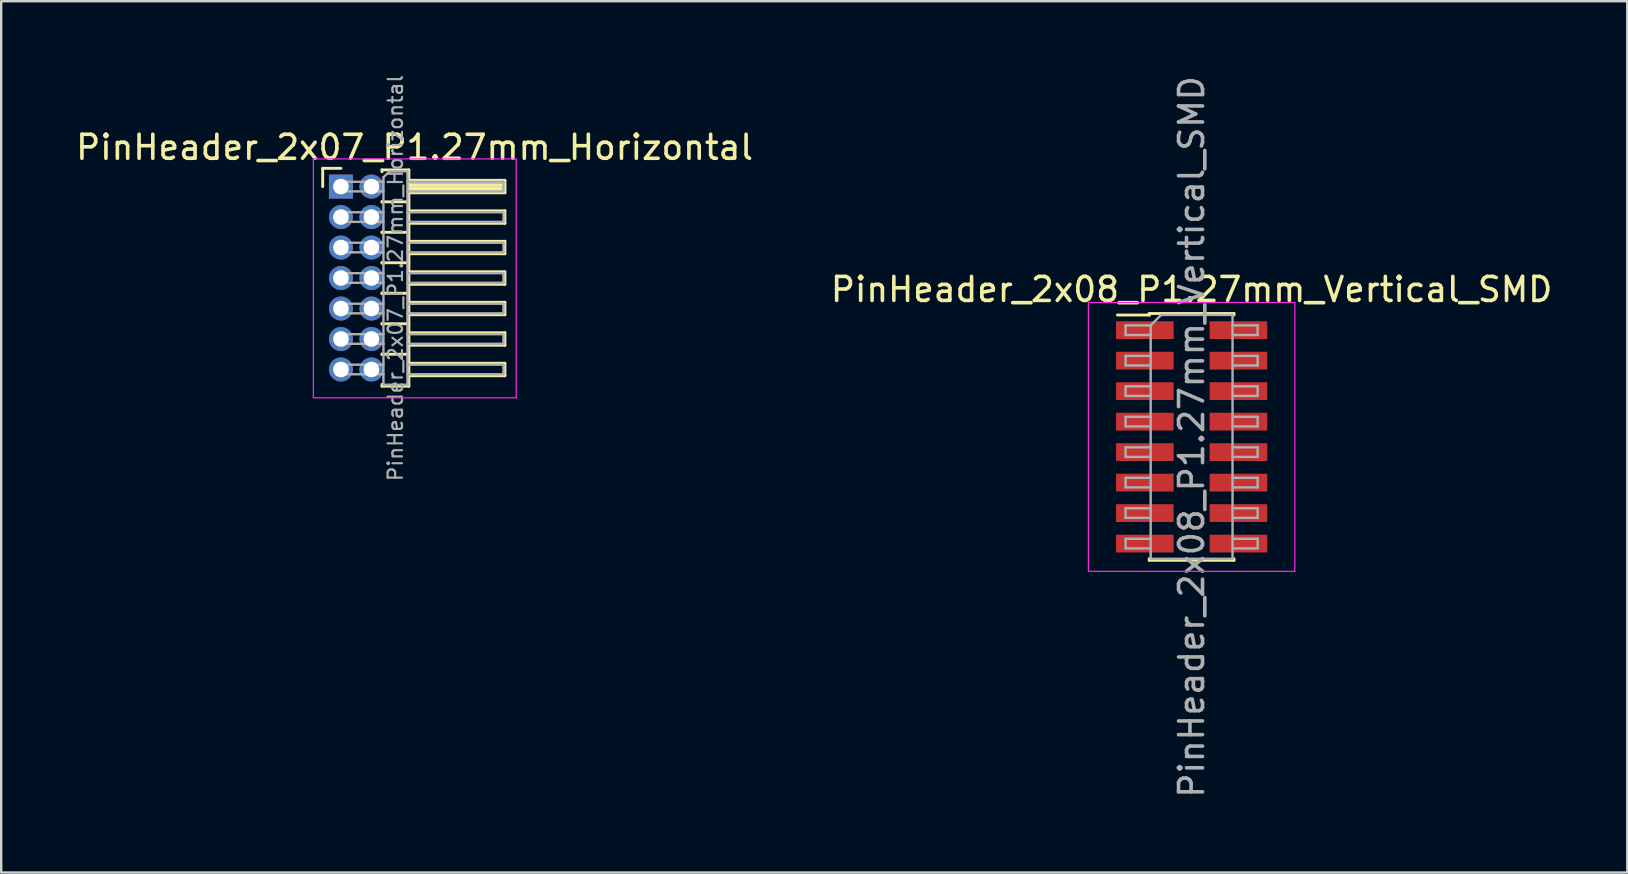
<source format=kicad_pcb>
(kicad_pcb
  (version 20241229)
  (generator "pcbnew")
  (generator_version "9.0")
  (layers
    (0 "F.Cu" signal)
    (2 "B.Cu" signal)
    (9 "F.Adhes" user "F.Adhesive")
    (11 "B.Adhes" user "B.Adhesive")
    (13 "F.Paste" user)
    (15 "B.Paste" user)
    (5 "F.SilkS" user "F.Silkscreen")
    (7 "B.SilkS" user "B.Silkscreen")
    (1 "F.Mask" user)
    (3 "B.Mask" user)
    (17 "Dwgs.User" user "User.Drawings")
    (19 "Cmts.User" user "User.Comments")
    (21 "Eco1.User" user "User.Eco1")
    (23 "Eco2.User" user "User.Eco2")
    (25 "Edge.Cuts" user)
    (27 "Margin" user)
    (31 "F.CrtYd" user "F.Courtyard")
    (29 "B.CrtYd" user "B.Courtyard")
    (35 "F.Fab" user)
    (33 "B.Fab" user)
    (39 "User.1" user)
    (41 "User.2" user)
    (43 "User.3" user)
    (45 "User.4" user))
  (footprint "PinHeader_2x08_P1.27mm_Vertical_SMD"
    (layer "F.Cu")
    (at 46.589 15.149)
    (property "Reference" "PinHeader_2x08_P1.27mm_Vertical_SMD" (at 0 -6.14 0) (layer "F.SilkS") (effects (font (size 1 1) (thickness 0.15))))
    (attr smd)
    (fp_line (start -3.09 -5.075) (end -1.765 -5.075) (stroke (width 0.12) (type solid)) (layer "F.SilkS"))
    (fp_line (start -1.765 -5.14) (end -1.765 -5.075) (stroke (width 0.12) (type solid)) (layer "F.SilkS"))
    (fp_line (start -1.765 -5.14) (end 1.765 -5.14) (stroke (width 0.12) (type solid)) (layer "F.SilkS"))
    (fp_line (start -1.765 5.075) (end -1.765 5.14) (stroke (width 0.12) (type solid)) (layer "F.SilkS"))
    (fp_line (start -1.765 5.14) (end 1.765 5.14) (stroke (width 0.12) (type solid)) (layer "F.SilkS"))
    (fp_line (start 1.765 -5.14) (end 1.765 -5.075) (stroke (width 0.12) (type solid)) (layer "F.SilkS"))
    (fp_line (start 1.765 5.075) (end 1.765 5.14) (stroke (width 0.12) (type solid)) (layer "F.SilkS"))
    (fp_line (start -4.3 -5.6) (end -4.3 5.6) (stroke (width 0.05) (type solid)) (layer "F.CrtYd"))
    (fp_line (start -4.3 5.6) (end 4.3 5.6) (stroke (width 0.05) (type solid)) (layer "F.CrtYd"))
    (fp_line (start 4.3 -5.6) (end -4.3 -5.6) (stroke (width 0.05) (type solid)) (layer "F.CrtYd"))
    (fp_line (start 4.3 5.6) (end 4.3 -5.6) (stroke (width 0.05) (type solid)) (layer "F.CrtYd"))
    (fp_line (start -2.75 -4.645) (end -2.75 -4.245) (stroke (width 0.1) (type solid)) (layer "F.Fab"))
    (fp_line (start -2.75 -4.245) (end -1.705 -4.245) (stroke (width 0.1) (type solid)) (layer "F.Fab"))
    (fp_line (start -2.75 -3.375) (end -2.75 -2.975) (stroke (width 0.1) (type solid)) (layer "F.Fab"))
    (fp_line (start -2.75 -2.975) (end -1.705 -2.975) (stroke (width 0.1) (type solid)) (layer "F.Fab"))
    (fp_line (start -2.75 -2.105) (end -2.75 -1.705) (stroke (width 0.1) (type solid)) (layer "F.Fab"))
    (fp_line (start -2.75 -1.705) (end -1.705 -1.705) (stroke (width 0.1) (type solid)) (layer "F.Fab"))
    (fp_line (start -2.75 -0.835) (end -2.75 -0.435) (stroke (width 0.1) (type solid)) (layer "F.Fab"))
    (fp_line (start -2.75 -0.435) (end -1.705 -0.435) (stroke (width 0.1) (type solid)) (layer "F.Fab"))
    (fp_line (start -2.75 0.435) (end -2.75 0.835) (stroke (width 0.1) (type solid)) (layer "F.Fab"))
    (fp_line (start -2.75 0.835) (end -1.705 0.835) (stroke (width 0.1) (type solid)) (layer "F.Fab"))
    (fp_line (start -2.75 1.705) (end -2.75 2.105) (stroke (width 0.1) (type solid)) (layer "F.Fab"))
    (fp_line (start -2.75 2.105) (end -1.705 2.105) (stroke (width 0.1) (type solid)) (layer "F.Fab"))
    (fp_line (start -2.75 2.975) (end -2.75 3.375) (stroke (width 0.1) (type solid)) (layer "F.Fab"))
    (fp_line (start -2.75 3.375) (end -1.705 3.375) (stroke (width 0.1) (type solid)) (layer "F.Fab"))
    (fp_line (start -2.75 4.245) (end -2.75 4.645) (stroke (width 0.1) (type solid)) (layer "F.Fab"))
    (fp_line (start -2.75 4.645) (end -1.705 4.645) (stroke (width 0.1) (type solid)) (layer "F.Fab"))
    (fp_line (start -1.705 -4.645) (end -2.75 -4.645) (stroke (width 0.1) (type solid)) (layer "F.Fab"))
    (fp_line (start -1.705 -4.645) (end -1.27 -5.08) (stroke (width 0.1) (type solid)) (layer "F.Fab"))
    (fp_line (start -1.705 -3.375) (end -2.75 -3.375) (stroke (width 0.1) (type solid)) (layer "F.Fab"))
    (fp_line (start -1.705 -2.105) (end -2.75 -2.105) (stroke (width 0.1) (type solid)) (layer "F.Fab"))
    (fp_line (start -1.705 -0.835) (end -2.75 -0.835) (stroke (width 0.1) (type solid)) (layer "F.Fab"))
    (fp_line (start -1.705 0.435) (end -2.75 0.435) (stroke (width 0.1) (type solid)) (layer "F.Fab"))
    (fp_line (start -1.705 1.705) (end -2.75 1.705) (stroke (width 0.1) (type solid)) (layer "F.Fab"))
    (fp_line (start -1.705 2.975) (end -2.75 2.975) (stroke (width 0.1) (type solid)) (layer "F.Fab"))
    (fp_line (start -1.705 4.245) (end -2.75 4.245) (stroke (width 0.1) (type solid)) (layer "F.Fab"))
    (fp_line (start -1.705 5.08) (end -1.705 -4.645) (stroke (width 0.1) (type solid)) (layer "F.Fab"))
    (fp_line (start -1.27 -5.08) (end 1.705 -5.08) (stroke (width 0.1) (type solid)) (layer "F.Fab"))
    (fp_line (start 1.705 -5.08) (end 1.705 5.08) (stroke (width 0.1) (type solid)) (layer "F.Fab"))
    (fp_line (start 1.705 -4.645) (end 2.75 -4.645) (stroke (width 0.1) (type solid)) (layer "F.Fab"))
    (fp_line (start 1.705 -3.375) (end 2.75 -3.375) (stroke (width 0.1) (type solid)) (layer "F.Fab"))
    (fp_line (start 1.705 -2.105) (end 2.75 -2.105) (stroke (width 0.1) (type solid)) (layer "F.Fab"))
    (fp_line (start 1.705 -0.835) (end 2.75 -0.835) (stroke (width 0.1) (type solid)) (layer "F.Fab"))
    (fp_line (start 1.705 0.435) (end 2.75 0.435) (stroke (width 0.1) (type solid)) (layer "F.Fab"))
    (fp_line (start 1.705 1.705) (end 2.75 1.705) (stroke (width 0.1) (type solid)) (layer "F.Fab"))
    (fp_line (start 1.705 2.975) (end 2.75 2.975) (stroke (width 0.1) (type solid)) (layer "F.Fab"))
    (fp_line (start 1.705 4.245) (end 2.75 4.245) (stroke (width 0.1) (type solid)) (layer "F.Fab"))
    (fp_line (start 1.705 5.08) (end -1.705 5.08) (stroke (width 0.1) (type solid)) (layer "F.Fab"))
    (fp_line (start 2.75 -4.645) (end 2.75 -4.245) (stroke (width 0.1) (type solid)) (layer "F.Fab"))
    (fp_line (start 2.75 -4.245) (end 1.705 -4.245) (stroke (width 0.1) (type solid)) (layer "F.Fab"))
    (fp_line (start 2.75 -3.375) (end 2.75 -2.975) (stroke (width 0.1) (type solid)) (layer "F.Fab"))
    (fp_line (start 2.75 -2.975) (end 1.705 -2.975) (stroke (width 0.1) (type solid)) (layer "F.Fab"))
    (fp_line (start 2.75 -2.105) (end 2.75 -1.705) (stroke (width 0.1) (type solid)) (layer "F.Fab"))
    (fp_line (start 2.75 -1.705) (end 1.705 -1.705) (stroke (width 0.1) (type solid)) (layer "F.Fab"))
    (fp_line (start 2.75 -0.835) (end 2.75 -0.435) (stroke (width 0.1) (type solid)) (layer "F.Fab"))
    (fp_line (start 2.75 -0.435) (end 1.705 -0.435) (stroke (width 0.1) (type solid)) (layer "F.Fab"))
    (fp_line (start 2.75 0.435) (end 2.75 0.835) (stroke (width 0.1) (type solid)) (layer "F.Fab"))
    (fp_line (start 2.75 0.835) (end 1.705 0.835) (stroke (width 0.1) (type solid)) (layer "F.Fab"))
    (fp_line (start 2.75 1.705) (end 2.75 2.105) (stroke (width 0.1) (type solid)) (layer "F.Fab"))
    (fp_line (start 2.75 2.105) (end 1.705 2.105) (stroke (width 0.1) (type solid)) (layer "F.Fab"))
    (fp_line (start 2.75 2.975) (end 2.75 3.375) (stroke (width 0.1) (type solid)) (layer "F.Fab"))
    (fp_line (start 2.75 3.375) (end 1.705 3.375) (stroke (width 0.1) (type solid)) (layer "F.Fab"))
    (fp_line (start 2.75 4.245) (end 2.75 4.645) (stroke (width 0.1) (type solid)) (layer "F.Fab"))
    (fp_line (start 2.75 4.645) (end 1.705 4.645) (stroke (width 0.1) (type solid)) (layer "F.Fab"))
    (fp_text user "${REFERENCE}" (at 0 0 90) (layer "F.Fab") (effects (font (size 1 1) (thickness 0.15))))
    (pad "1" smd rect (at -1.95 -4.445) (size 2.4 0.74) (layers "F.Cu" "F.Mask" "F.Paste"))
    (pad "2" smd rect (at 1.95 -4.445) (size 2.4 0.74) (layers "F.Cu" "F.Mask" "F.Paste"))
    (pad "3" smd rect (at -1.95 -3.175) (size 2.4 0.74) (layers "F.Cu" "F.Mask" "F.Paste"))
    (pad "4" smd rect (at 1.95 -3.175) (size 2.4 0.74) (layers "F.Cu" "F.Mask" "F.Paste"))
    (pad "5" smd rect (at -1.95 -1.905) (size 2.4 0.74) (layers "F.Cu" "F.Mask" "F.Paste"))
    (pad "6" smd rect (at 1.95 -1.905) (size 2.4 0.74) (layers "F.Cu" "F.Mask" "F.Paste"))
    (pad "7" smd rect (at -1.95 -0.635) (size 2.4 0.74) (layers "F.Cu" "F.Mask" "F.Paste"))
    (pad "8" smd rect (at 1.95 -0.635) (size 2.4 0.74) (layers "F.Cu" "F.Mask" "F.Paste"))
    (pad "9" smd rect (at -1.95 0.635) (size 2.4 0.74) (layers "F.Cu" "F.Mask" "F.Paste"))
    (pad "10" smd rect (at 1.95 0.635) (size 2.4 0.74) (layers "F.Cu" "F.Mask" "F.Paste"))
    (pad "11" smd rect (at -1.95 1.905) (size 2.4 0.74) (layers "F.Cu" "F.Mask" "F.Paste"))
    (pad "12" smd rect (at 1.95 1.905) (size 2.4 0.74) (layers "F.Cu" "F.Mask" "F.Paste"))
    (pad "13" smd rect (at -1.95 3.175) (size 2.4 0.74) (layers "F.Cu" "F.Mask" "F.Paste"))
    (pad "14" smd rect (at 1.95 3.175) (size 2.4 0.74) (layers "F.Cu" "F.Mask" "F.Paste"))
    (pad "15" smd rect (at -1.95 4.445) (size 2.4 0.74) (layers "F.Cu" "F.Mask" "F.Paste"))
    (pad "16" smd rect (at 1.95 4.445) (size 2.4 0.74) (layers "F.Cu" "F.Mask" "F.Paste")))
  (footprint "PinHeader_2x07_P1.27mm_Horizontal"
    (layer "F.Cu")
    (at 11.153 4.722)
    (property "Reference" "PinHeader_2x07_P1.27mm_Horizontal" (at 3.067 -1.635 0) (layer "F.SilkS") (effects (font (size 1 1) (thickness 0.15))))
    (attr through_hole)
    (fp_line (start -0.76 -0.76) (end 0 -0.76) (stroke (width 0.12) (type solid)) (layer "F.SilkS"))
    (fp_line (start -0.76 0) (end -0.76 -0.76) (stroke (width 0.12) (type solid)) (layer "F.SilkS"))
    (fp_line (start 1.71 -0.695) (end 2.83 -0.695) (stroke (width 0.12) (type solid)) (layer "F.SilkS"))
    (fp_line (start 1.71 -0.62) (end 1.71 -0.695) (stroke (width 0.12) (type solid)) (layer "F.SilkS"))
    (fp_line (start 1.71 0.62) (end 1.71 0.65) (stroke (width 0.12) (type solid)) (layer "F.SilkS"))
    (fp_line (start 1.71 0.635) (end 2.83 0.635) (stroke (width 0.12) (type solid)) (layer "F.SilkS"))
    (fp_line (start 1.71 1.89) (end 1.71 1.92) (stroke (width 0.12) (type solid)) (layer "F.SilkS"))
    (fp_line (start 1.71 1.905) (end 2.83 1.905) (stroke (width 0.12) (type solid)) (layer "F.SilkS"))
    (fp_line (start 1.71 3.16) (end 1.71 3.19) (stroke (width 0.12) (type solid)) (layer "F.SilkS"))
    (fp_line (start 1.71 3.175) (end 2.83 3.175) (stroke (width 0.12) (type solid)) (layer "F.SilkS"))
    (fp_line (start 1.71 4.43) (end 1.71 4.46) (stroke (width 0.12) (type solid)) (layer "F.SilkS"))
    (fp_line (start 1.71 4.445) (end 2.83 4.445) (stroke (width 0.12) (type solid)) (layer "F.SilkS"))
    (fp_line (start 1.71 5.7) (end 1.71 5.73) (stroke (width 0.12) (type solid)) (layer "F.SilkS"))
    (fp_line (start 1.71 5.715) (end 2.83 5.715) (stroke (width 0.12) (type solid)) (layer "F.SilkS"))
    (fp_line (start 1.71 6.97) (end 1.71 7) (stroke (width 0.12) (type solid)) (layer "F.SilkS"))
    (fp_line (start 1.71 6.985) (end 2.83 6.985) (stroke (width 0.12) (type solid)) (layer "F.SilkS"))
    (fp_line (start 1.71 8.315) (end 1.71 8.24) (stroke (width 0.12) (type solid)) (layer "F.SilkS"))
    (fp_line (start 2.83 -0.695) (end 2.83 8.315) (stroke (width 0.12) (type solid)) (layer "F.SilkS"))
    (fp_line (start 2.83 -0.26) (end 6.83 -0.26) (stroke (width 0.12) (type solid)) (layer "F.SilkS"))
    (fp_line (start 2.83 -0.2) (end 6.83 -0.2) (stroke (width 0.12) (type solid)) (layer "F.SilkS"))
    (fp_line (start 2.83 -0.08) (end 6.83 -0.08) (stroke (width 0.12) (type solid)) (layer "F.SilkS"))
    (fp_line (start 2.83 0.04) (end 6.83 0.04) (stroke (width 0.12) (type solid)) (layer "F.SilkS"))
    (fp_line (start 2.83 0.16) (end 6.83 0.16) (stroke (width 0.12) (type solid)) (layer "F.SilkS"))
    (fp_line (start 2.83 1.01) (end 6.83 1.01) (stroke (width 0.12) (type solid)) (layer "F.SilkS"))
    (fp_line (start 2.83 2.28) (end 6.83 2.28) (stroke (width 0.12) (type solid)) (layer "F.SilkS"))
    (fp_line (start 2.83 3.55) (end 6.83 3.55) (stroke (width 0.12) (type solid)) (layer "F.SilkS"))
    (fp_line (start 2.83 4.82) (end 6.83 4.82) (stroke (width 0.12) (type solid)) (layer "F.SilkS"))
    (fp_line (start 2.83 6.09) (end 6.83 6.09) (stroke (width 0.12) (type solid)) (layer "F.SilkS"))
    (fp_line (start 2.83 7.36) (end 6.83 7.36) (stroke (width 0.12) (type solid)) (layer "F.SilkS"))
    (fp_line (start 2.83 8.315) (end 1.71 8.315) (stroke (width 0.12) (type solid)) (layer "F.SilkS"))
    (fp_line (start 6.83 -0.26) (end 6.83 0.26) (stroke (width 0.12) (type solid)) (layer "F.SilkS"))
    (fp_line (start 6.83 0.26) (end 2.83 0.26) (stroke (width 0.12) (type solid)) (layer "F.SilkS"))
    (fp_line (start 6.83 1.01) (end 6.83 1.53) (stroke (width 0.12) (type solid)) (layer "F.SilkS"))
    (fp_line (start 6.83 1.53) (end 2.83 1.53) (stroke (width 0.12) (type solid)) (layer "F.SilkS"))
    (fp_line (start 6.83 2.28) (end 6.83 2.8) (stroke (width 0.12) (type solid)) (layer "F.SilkS"))
    (fp_line (start 6.83 2.8) (end 2.83 2.8) (stroke (width 0.12) (type solid)) (layer "F.SilkS"))
    (fp_line (start 6.83 3.55) (end 6.83 4.07) (stroke (width 0.12) (type solid)) (layer "F.SilkS"))
    (fp_line (start 6.83 4.07) (end 2.83 4.07) (stroke (width 0.12) (type solid)) (layer "F.SilkS"))
    (fp_line (start 6.83 4.82) (end 6.83 5.34) (stroke (width 0.12) (type solid)) (layer "F.SilkS"))
    (fp_line (start 6.83 5.34) (end 2.83 5.34) (stroke (width 0.12) (type solid)) (layer "F.SilkS"))
    (fp_line (start 6.83 6.09) (end 6.83 6.61) (stroke (width 0.12) (type solid)) (layer "F.SilkS"))
    (fp_line (start 6.83 6.61) (end 2.83 6.61) (stroke (width 0.12) (type solid)) (layer "F.SilkS"))
    (fp_line (start 6.83 7.36) (end 6.83 7.88) (stroke (width 0.12) (type solid)) (layer "F.SilkS"))
    (fp_line (start 6.83 7.88) (end 2.83 7.88) (stroke (width 0.12) (type solid)) (layer "F.SilkS"))
    (fp_line (start -1.15 -1.15) (end -1.15 8.8) (stroke (width 0.05) (type solid)) (layer "F.CrtYd"))
    (fp_line (start -1.15 8.8) (end 7.3 8.8) (stroke (width 0.05) (type solid)) (layer "F.CrtYd"))
    (fp_line (start 7.3 -1.15) (end -1.15 -1.15) (stroke (width 0.05) (type solid)) (layer "F.CrtYd"))
    (fp_line (start 7.3 8.8) (end 7.3 -1.15) (stroke (width 0.05) (type solid)) (layer "F.CrtYd"))
    (fp_line (start -0.2 -0.2) (end -0.2 0.2) (stroke (width 0.1) (type solid)) (layer "F.Fab"))
    (fp_line (start -0.2 -0.2) (end 1.77 -0.2) (stroke (width 0.1) (type solid)) (layer "F.Fab"))
    (fp_line (start -0.2 0.2) (end 1.77 0.2) (stroke (width 0.1) (type solid)) (layer "F.Fab"))
    (fp_line (start -0.2 1.07) (end -0.2 1.47) (stroke (width 0.1) (type solid)) (layer "F.Fab"))
    (fp_line (start -0.2 1.07) (end 1.77 1.07) (stroke (width 0.1) (type solid)) (layer "F.Fab"))
    (fp_line (start -0.2 1.47) (end 1.77 1.47) (stroke (width 0.1) (type solid)) (layer "F.Fab"))
    (fp_line (start -0.2 2.34) (end -0.2 2.74) (stroke (width 0.1) (type solid)) (layer "F.Fab"))
    (fp_line (start -0.2 2.34) (end 1.77 2.34) (stroke (width 0.1) (type solid)) (layer "F.Fab"))
    (fp_line (start -0.2 2.74) (end 1.77 2.74) (stroke (width 0.1) (type solid)) (layer "F.Fab"))
    (fp_line (start -0.2 3.61) (end -0.2 4.01) (stroke (width 0.1) (type solid)) (layer "F.Fab"))
    (fp_line (start -0.2 3.61) (end 1.77 3.61) (stroke (width 0.1) (type solid)) (layer "F.Fab"))
    (fp_line (start -0.2 4.01) (end 1.77 4.01) (stroke (width 0.1) (type solid)) (layer "F.Fab"))
    (fp_line (start -0.2 4.88) (end -0.2 5.28) (stroke (width 0.1) (type solid)) (layer "F.Fab"))
    (fp_line (start -0.2 4.88) (end 1.77 4.88) (stroke (width 0.1) (type solid)) (layer "F.Fab"))
    (fp_line (start -0.2 5.28) (end 1.77 5.28) (stroke (width 0.1) (type solid)) (layer "F.Fab"))
    (fp_line (start -0.2 6.15) (end -0.2 6.55) (stroke (width 0.1) (type solid)) (layer "F.Fab"))
    (fp_line (start -0.2 6.15) (end 1.77 6.15) (stroke (width 0.1) (type solid)) (layer "F.Fab"))
    (fp_line (start -0.2 6.55) (end 1.77 6.55) (stroke (width 0.1) (type solid)) (layer "F.Fab"))
    (fp_line (start -0.2 7.42) (end -0.2 7.82) (stroke (width 0.1) (type solid)) (layer "F.Fab"))
    (fp_line (start -0.2 7.42) (end 1.77 7.42) (stroke (width 0.1) (type solid)) (layer "F.Fab"))
    (fp_line (start -0.2 7.82) (end 1.77 7.82) (stroke (width 0.1) (type solid)) (layer "F.Fab"))
    (fp_line (start 1.77 -0.385) (end 2.02 -0.635) (stroke (width 0.1) (type solid)) (layer "F.Fab"))
    (fp_line (start 1.77 8.255) (end 1.77 -0.385) (stroke (width 0.1) (type solid)) (layer "F.Fab"))
    (fp_line (start 2.02 -0.635) (end 2.77 -0.635) (stroke (width 0.1) (type solid)) (layer "F.Fab"))
    (fp_line (start 2.77 -0.635) (end 2.77 8.255) (stroke (width 0.1) (type solid)) (layer "F.Fab"))
    (fp_line (start 2.77 -0.2) (end 6.77 -0.2) (stroke (width 0.1) (type solid)) (layer "F.Fab"))
    (fp_line (start 2.77 0.2) (end 6.77 0.2) (stroke (width 0.1) (type solid)) (layer "F.Fab"))
    (fp_line (start 2.77 1.07) (end 6.77 1.07) (stroke (width 0.1) (type solid)) (layer "F.Fab"))
    (fp_line (start 2.77 1.47) (end 6.77 1.47) (stroke (width 0.1) (type solid)) (layer "F.Fab"))
    (fp_line (start 2.77 2.34) (end 6.77 2.34) (stroke (width 0.1) (type solid)) (layer "F.Fab"))
    (fp_line (start 2.77 2.74) (end 6.77 2.74) (stroke (width 0.1) (type solid)) (layer "F.Fab"))
    (fp_line (start 2.77 3.61) (end 6.77 3.61) (stroke (width 0.1) (type solid)) (layer "F.Fab"))
    (fp_line (start 2.77 4.01) (end 6.77 4.01) (stroke (width 0.1) (type solid)) (layer "F.Fab"))
    (fp_line (start 2.77 4.88) (end 6.77 4.88) (stroke (width 0.1) (type solid)) (layer "F.Fab"))
    (fp_line (start 2.77 5.28) (end 6.77 5.28) (stroke (width 0.1) (type solid)) (layer "F.Fab"))
    (fp_line (start 2.77 6.15) (end 6.77 6.15) (stroke (width 0.1) (type solid)) (layer "F.Fab"))
    (fp_line (start 2.77 6.55) (end 6.77 6.55) (stroke (width 0.1) (type solid)) (layer "F.Fab"))
    (fp_line (start 2.77 7.42) (end 6.77 7.42) (stroke (width 0.1) (type solid)) (layer "F.Fab"))
    (fp_line (start 2.77 7.82) (end 6.77 7.82) (stroke (width 0.1) (type solid)) (layer "F.Fab"))
    (fp_line (start 2.77 8.255) (end 1.77 8.255) (stroke (width 0.1) (type solid)) (layer "F.Fab"))
    (fp_line (start 6.77 -0.2) (end 6.77 0.2) (stroke (width 0.1) (type solid)) (layer "F.Fab"))
    (fp_line (start 6.77 1.07) (end 6.77 1.47) (stroke (width 0.1) (type solid)) (layer "F.Fab"))
    (fp_line (start 6.77 2.34) (end 6.77 2.74) (stroke (width 0.1) (type solid)) (layer "F.Fab"))
    (fp_line (start 6.77 3.61) (end 6.77 4.01) (stroke (width 0.1) (type solid)) (layer "F.Fab"))
    (fp_line (start 6.77 4.88) (end 6.77 5.28) (stroke (width 0.1) (type solid)) (layer "F.Fab"))
    (fp_line (start 6.77 6.15) (end 6.77 6.55) (stroke (width 0.1) (type solid)) (layer "F.Fab"))
    (fp_line (start 6.77 7.42) (end 6.77 7.82) (stroke (width 0.1) (type solid)) (layer "F.Fab"))
    (fp_text user "${REFERENCE}" (at 2.27 3.81 90) (layer "F.Fab") (effects (font (size 0.6 0.6) (thickness 0.09))))
    (pad "1" thru_hole rect (at 0 0) (size 1 1) (drill 0.65) (layers "*.Cu" "*.Mask"))
    (pad "2" thru_hole oval (at 1.27 0) (size 1 1) (drill 0.65) (layers "*.Cu" "*.Mask"))
    (pad "3" thru_hole oval (at 0 1.27) (size 1 1) (drill 0.65) (layers "*.Cu" "*.Mask"))
    (pad "4" thru_hole oval (at 1.27 1.27) (size 1 1) (drill 0.65) (layers "*.Cu" "*.Mask"))
    (pad "5" thru_hole oval (at 0 2.54) (size 1 1) (drill 0.65) (layers "*.Cu" "*.Mask"))
    (pad "6" thru_hole oval (at 1.27 2.54) (size 1 1) (drill 0.65) (layers "*.Cu" "*.Mask"))
    (pad "7" thru_hole oval (at 0 3.81) (size 1 1) (drill 0.65) (layers "*.Cu" "*.Mask"))
    (pad "8" thru_hole oval (at 1.27 3.81) (size 1 1) (drill 0.65) (layers "*.Cu" "*.Mask"))
    (pad "9" thru_hole oval (at 0 5.08) (size 1 1) (drill 0.65) (layers "*.Cu" "*.Mask"))
    (pad "10" thru_hole oval (at 1.27 5.08) (size 1 1) (drill 0.65) (layers "*.Cu" "*.Mask"))
    (pad "11" thru_hole oval (at 0 6.35) (size 1 1) (drill 0.65) (layers "*.Cu" "*.Mask"))
    (pad "12" thru_hole oval (at 1.27 6.35) (size 1 1) (drill 0.65) (layers "*.Cu" "*.Mask"))
    (pad "13" thru_hole oval (at 0 7.62) (size 1 1) (drill 0.65) (layers "*.Cu" "*.Mask"))
    (pad "14" thru_hole oval (at 1.27 7.62) (size 1 1) (drill 0.65) (layers "*.Cu" "*.Mask")))
  (gr_rect
    (start -3 -3)
    (end 64.738 33.298)
    (stroke (width 0.1) (type default))
    (fill no)
    (layer "Edge.Cuts")))
</source>
